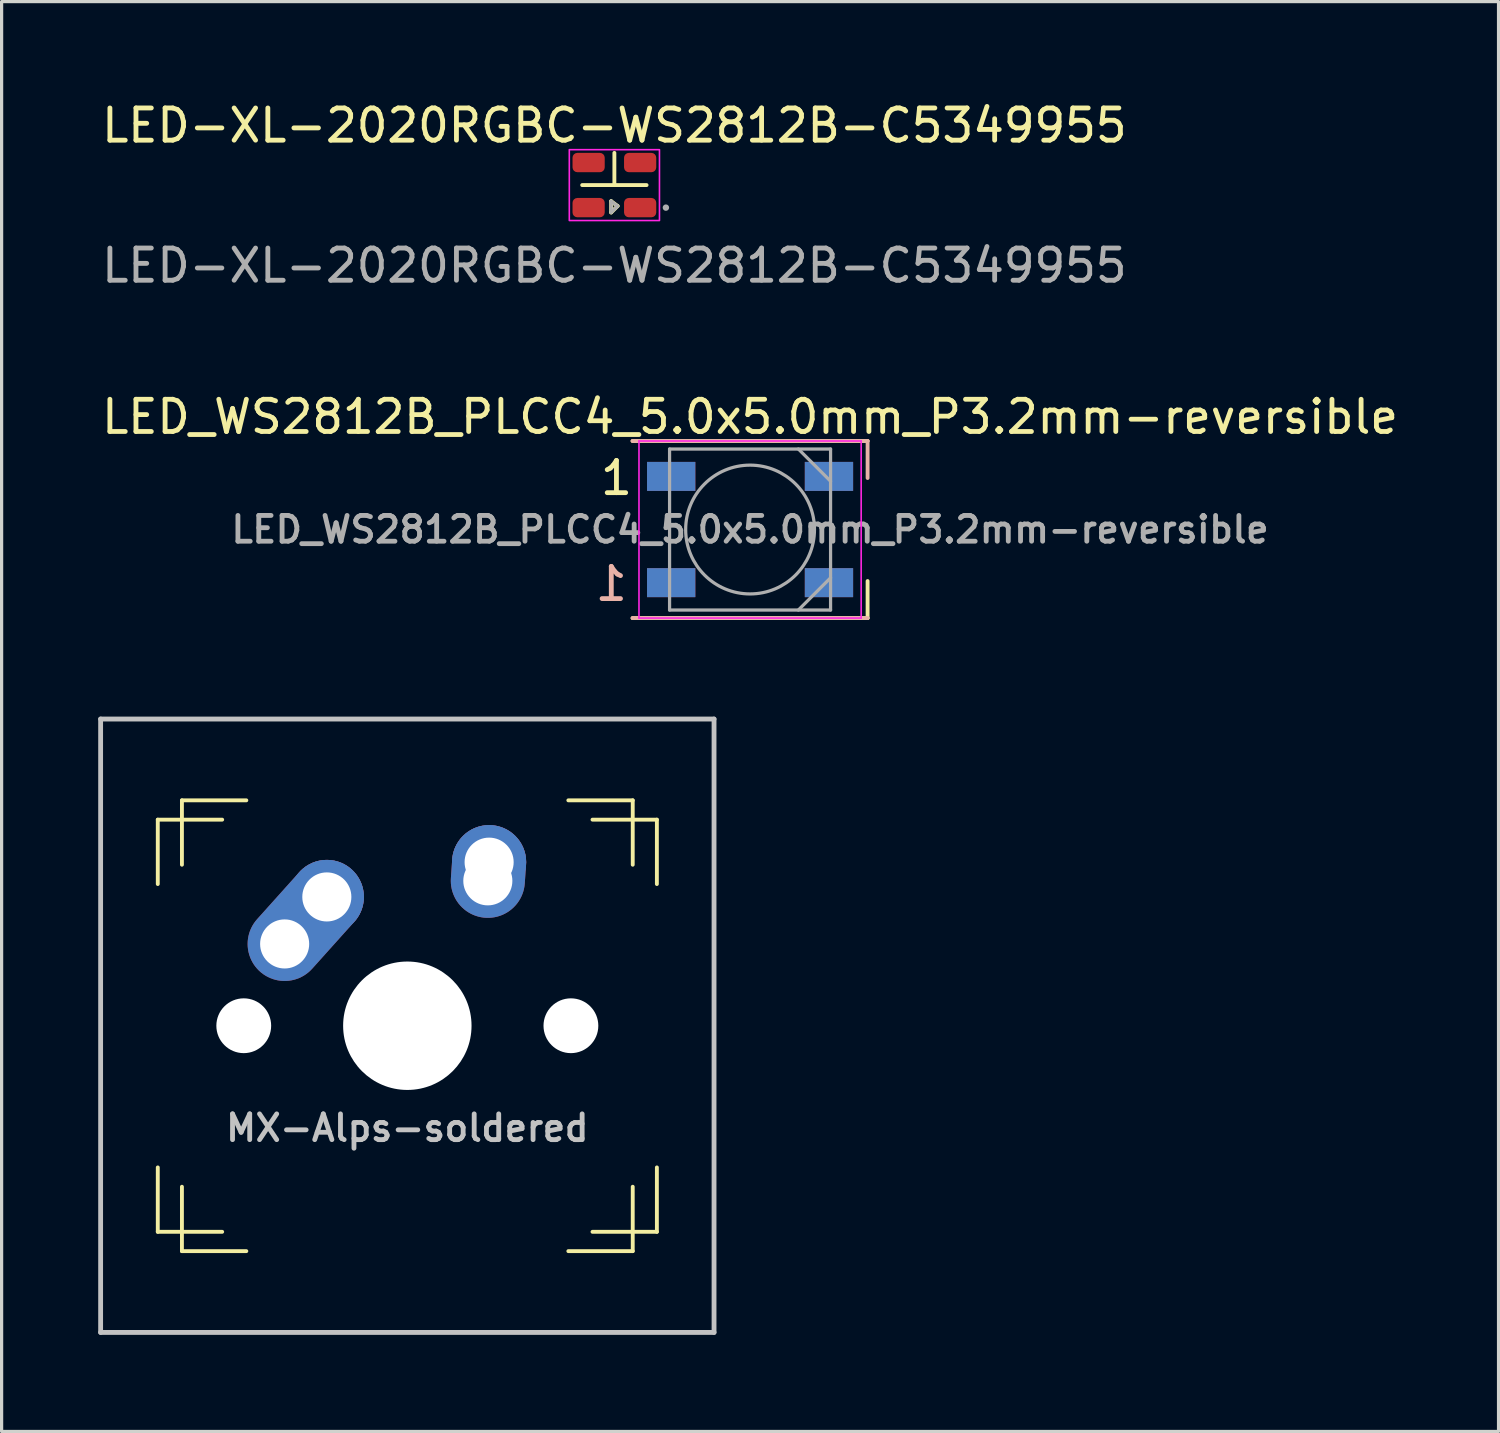
<source format=kicad_pcb>
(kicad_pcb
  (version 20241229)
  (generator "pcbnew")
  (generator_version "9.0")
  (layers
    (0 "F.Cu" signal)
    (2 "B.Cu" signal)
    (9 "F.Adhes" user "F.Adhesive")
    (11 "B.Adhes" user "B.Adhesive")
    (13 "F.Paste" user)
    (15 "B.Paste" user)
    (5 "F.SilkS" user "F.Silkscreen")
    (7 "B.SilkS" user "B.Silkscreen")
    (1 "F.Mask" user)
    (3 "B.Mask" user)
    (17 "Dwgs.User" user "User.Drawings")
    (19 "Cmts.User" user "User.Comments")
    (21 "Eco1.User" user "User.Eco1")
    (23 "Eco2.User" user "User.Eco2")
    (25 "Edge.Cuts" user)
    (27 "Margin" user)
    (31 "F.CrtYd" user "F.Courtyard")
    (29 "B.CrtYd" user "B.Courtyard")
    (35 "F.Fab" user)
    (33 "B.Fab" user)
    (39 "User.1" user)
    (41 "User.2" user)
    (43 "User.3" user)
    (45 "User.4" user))
  (footprint "MX-Alps-soldered"
    (layer "F.Cu")
    (at 9.6 28.805)
    (property "Reference" "MX-Alps-soldered" (at 0 3.175 0) (layer "Dwgs.User") (effects (font (size 0.8 0.8) (thickness 0.15))))
    (attr through_hole)
    (fp_line (start -7.75 -6.4) (end -7.75 -4.4) (stroke (width 0.12) (type solid)) (layer "F.SilkS"))
    (fp_line (start -7.75 -6.4) (end -5.75 -6.4) (stroke (width 0.12) (type solid)) (layer "F.SilkS"))
    (fp_line (start -7.75 6.4) (end -7.75 4.4) (stroke (width 0.12) (type solid)) (layer "F.SilkS"))
    (fp_line (start -7.75 6.4) (end -5.75 6.4) (stroke (width 0.12) (type solid)) (layer "F.SilkS"))
    (fp_line (start -7 -7) (end -7 -5) (stroke (width 0.12) (type solid)) (layer "F.SilkS"))
    (fp_line (start -7 -7) (end -5 -7) (stroke (width 0.12) (type solid)) (layer "F.SilkS"))
    (fp_line (start -7 7) (end -7 5) (stroke (width 0.12) (type solid)) (layer "F.SilkS"))
    (fp_line (start -7 7) (end -5 7) (stroke (width 0.12) (type solid)) (layer "F.SilkS"))
    (fp_line (start 7 -7) (end 5 -7) (stroke (width 0.12) (type solid)) (layer "F.SilkS"))
    (fp_line (start 7 -7) (end 7 -5) (stroke (width 0.12) (type solid)) (layer "F.SilkS"))
    (fp_line (start 7 7) (end 5 7) (stroke (width 0.12) (type solid)) (layer "F.SilkS"))
    (fp_line (start 7 7) (end 7 5) (stroke (width 0.12) (type solid)) (layer "F.SilkS"))
    (fp_line (start 7.75 -6.4) (end 5.75 -6.4) (stroke (width 0.12) (type solid)) (layer "F.SilkS"))
    (fp_line (start 7.75 -6.4) (end 7.75 -4.4) (stroke (width 0.12) (type solid)) (layer "F.SilkS"))
    (fp_line (start 7.75 6.4) (end 5.75 6.4) (stroke (width 0.12) (type solid)) (layer "F.SilkS"))
    (fp_line (start 7.75 6.4) (end 7.75 4.4) (stroke (width 0.12) (type solid)) (layer "F.SilkS"))
    (fp_line (start -9.525 9.525) (end -9.525 -9.525) (stroke (width 0.15) (type solid)) (layer "Dwgs.User"))
    (fp_line (start 9.525 -9.525) (end -9.525 -9.525) (stroke (width 0.15) (type solid)) (layer "Dwgs.User"))
    (fp_line (start 9.525 9.525) (end -9.525 9.525) (stroke (width 0.15) (type solid)) (layer "Dwgs.User"))
    (fp_line (start 9.525 9.525) (end 9.525 -9.525) (stroke (width 0.15) (type solid)) (layer "Dwgs.User"))
    (fp_line (start -7 -7) (end -7 7) (stroke (width 0.15) (type solid)) (layer "User.1"))
    (fp_line (start -7 7) (end 7 7) (stroke (width 0.15) (type solid)) (layer "User.1"))
    (fp_line (start 7 -7) (end -7 -7) (stroke (width 0.15) (type solid)) (layer "User.1"))
    (fp_line (start 7 -7) (end 7 7) (stroke (width 0.15) (type solid)) (layer "User.1"))
    (fp_line (start -7.75 -6.4) (end -7.75 6.4) (stroke (width 0.12) (type solid)) (layer "User.2"))
    (fp_line (start -7.75 -6.4) (end 7.75 -6.4) (stroke (width 0.12) (type solid)) (layer "User.2"))
    (fp_line (start -7.75 6.4) (end 7.75 6.4) (stroke (width 0.12) (type solid)) (layer "User.2"))
    (fp_line (start 7.75 6.4) (end 7.75 -6.4) (stroke (width 0.12) (type solid)) (layer "User.2"))
    (pad "" np_thru_hole circle (at -5.08 0 48.099) (size 1.702 1.702) (drill 1.702) (layers "*.Cu" "*.Mask"))
    (pad "" np_thru_hole circle (at 0 0) (size 3.988 3.988) (drill 3.988) (layers "*.Cu" "*.Mask"))
    (pad "" np_thru_hole circle (at 5.08 0 48.099) (size 1.702 1.702) (drill 1.702) (layers "*.Cu" "*.Mask"))
    (pad "1" thru_hole oval (at -3.81 -2.54 48.099) (size 4.262 2.3) (drill 1.524 (offset 0.981 0)) (layers "*.Cu" "B.Mask"))
    (pad "1" thru_hole circle (at -2.5 -4) (size 2.3 2.3) (drill 1.524) (layers "*.Cu" "B.Mask"))
    (pad "2" thru_hole oval (at 2.5 -4.5 86.054) (size 2.881 2.3) (drill 1.524 (offset 0.291 0)) (layers "*.Cu" "B.Mask"))
    (pad "2" thru_hole circle (at 2.54 -5.08) (size 2.3 2.3) (drill 1.524) (layers "*.Cu" "B.Mask")))
  (footprint "LED-XL-2020RGBC-WS2812B-C5349955"
    (layer "F.Cu")
    (at 16.03 2.698)
    (property "Reference" "LED-XL-2020RGBC-WS2812B-C5349955" (at 0 -1.85 0) (unlocked yes) (layer "F.SilkS") (effects (font (size 1 1) (thickness 0.15))))
    (attr smd)
    (fp_line (start -1 0) (end 1 0) (stroke (width 0.12) (type default)) (layer "F.SilkS"))
    (fp_line (start -0.1 0.5) (end -0.1 0.85) (stroke (width 0.12) (type default)) (layer "F.SilkS"))
    (fp_line (start -0.1 0.85) (end 0.1 0.65) (stroke (width 0.12) (type default)) (layer "F.SilkS"))
    (fp_line (start 0 0) (end 0 -1) (stroke (width 0.12) (type default)) (layer "F.SilkS"))
    (fp_line (start 0.1 0.65) (end -0.1 0.5) (stroke (width 0.12) (type default)) (layer "F.SilkS"))
    (fp_rect (start -1.4 -1.1) (end 1.4 1.1) (stroke (width 0.05) (type default)) (fill no) (layer "F.CrtYd"))
    (fp_line (start -0.1 0.5) (end -0.1 0.85) (stroke (width 0.1) (type default)) (layer "F.Fab"))
    (fp_line (start -0.1 0.85) (end 0.1 0.65) (stroke (width 0.1) (type default)) (layer "F.Fab"))
    (fp_line (start 0.1 0.65) (end -0.1 0.5) (stroke (width 0.1) (type default)) (layer "F.Fab"))
    (fp_circle (center 1.6 0.7) (end 1.65 0.7) (stroke (width 0.1) (type default)) (fill no) (layer "F.Fab"))
    (fp_text user "${REFERENCE}" (at 0 2.5 0) (unlocked yes) (layer "F.Fab") (effects (font (size 1 1) (thickness 0.15))))
    (pad "1" smd roundrect (at 0.8 0.7) (size 1 0.6) (layers "F.Cu" "F.Mask" "F.Paste") (roundrect_rratio 0.25))
    (pad "2" smd roundrect (at 0.8 -0.7) (size 1 0.6) (layers "F.Cu" "F.Mask" "F.Paste") (roundrect_rratio 0.25))
    (pad "3" smd roundrect (at -0.8 -0.7) (size 1 0.6) (layers "F.Cu" "F.Mask" "F.Paste") (roundrect_rratio 0.25))
    (pad "4" smd roundrect (at -0.8 0.7) (size 1 0.6) (layers "F.Cu" "F.Mask" "F.Paste") (roundrect_rratio 0.25)))
  (footprint "LED_WS2812B_PLCC4_5.0x5.0mm_P3.2mm-reversible"
    (layer "F.Cu")
    (at 20.244 13.395)
    (property "Reference" "LED_WS2812B_PLCC4_5.0x5.0mm_P3.2mm-reversible" (at 0 -3.5 0) (layer "F.SilkS") (effects (font (size 1 1) (thickness 0.15))))
    (attr smd)
    (fp_line (start -3.65 -2.75) (end 3.65 -2.75) (stroke (width 0.12) (type solid)) (layer "F.SilkS"))
    (fp_line (start -3.65 2.75) (end 3.65 2.75) (stroke (width 0.12) (type solid)) (layer "F.SilkS"))
    (fp_line (start 3.65 2.75) (end 3.65 1.6) (stroke (width 0.12) (type solid)) (layer "F.SilkS"))
    (fp_line (start -3.65 -2.75) (end 3.65 -2.75) (stroke (width 0.12) (type solid)) (layer "B.SilkS"))
    (fp_line (start 3.65 -2.75) (end 3.65 -1.6) (stroke (width 0.12) (type solid)) (layer "B.SilkS"))
    (fp_line (start 3.65 2.75) (end -3.65 2.75) (stroke (width 0.12) (type solid)) (layer "B.SilkS"))
    (fp_line (start -3.45 -2.75) (end -3.45 2.75) (stroke (width 0.05) (type solid)) (layer "F.CrtYd"))
    (fp_line (start -3.45 2.75) (end 3.45 2.75) (stroke (width 0.05) (type solid)) (layer "F.CrtYd"))
    (fp_line (start 3.45 -2.75) (end -3.45 -2.75) (stroke (width 0.05) (type solid)) (layer "F.CrtYd"))
    (fp_line (start 3.45 2.75) (end 3.45 -2.75) (stroke (width 0.05) (type solid)) (layer "F.CrtYd"))
    (fp_line (start -2.5 -2.5) (end -2.5 2.5) (stroke (width 0.1) (type solid)) (layer "F.Fab"))
    (fp_line (start -2.5 2.5) (end 2.5 2.5) (stroke (width 0.1) (type solid)) (layer "F.Fab"))
    (fp_line (start 1.5 -2.5) (end 2.5 -1.5) (stroke (width 0.1) (type solid)) (layer "F.Fab"))
    (fp_line (start 2.5 -2.5) (end -2.5 -2.5) (stroke (width 0.1) (type solid)) (layer "F.Fab"))
    (fp_line (start 2.5 1.5) (end 1.5 2.5) (stroke (width 0.1) (type solid)) (layer "F.Fab"))
    (fp_line (start 2.5 2.5) (end 2.5 -2.5) (stroke (width 0.1) (type solid)) (layer "F.Fab"))
    (fp_circle (center 0 0) (end 0 -2) (stroke (width 0.1) (type solid)) (fill no) (layer "F.Fab"))
    (fp_text user "1" (at -4.15 -1.6 0) (layer "F.SilkS") (effects (font (size 1 1) (thickness 0.15))))
    (fp_text user "1" (at -4.31 1.69 0) (layer "B.SilkS") (effects (font (size 1 1) (thickness 0.15)) (justify mirror)))
    (fp_text user "${REFERENCE}" (at 0 0 0) (layer "F.Fab") (effects (font (size 0.8 0.8) (thickness 0.15))))
    (pad "1" smd rect (at -2.45 -1.65) (size 1.5 0.9) (layers "F.Cu" "F.Mask" "F.Paste"))
    (pad "1" smd rect (at -2.45 1.65) (size 1.5 0.9) (layers "B.Cu" "B.Mask" "B.Paste"))
    (pad "2" smd rect (at -2.45 -1.65) (size 1.5 0.9) (layers "B.Cu" "B.Mask" "B.Paste"))
    (pad "2" smd rect (at -2.45 1.65) (size 1.5 0.9) (layers "F.Cu" "F.Mask" "F.Paste"))
    (pad "3" smd rect (at 2.45 -1.65) (size 1.5 0.9) (layers "B.Cu" "B.Mask" "B.Paste"))
    (pad "3" smd rect (at 2.45 1.65) (size 1.5 0.9) (layers "F.Cu" "F.Mask" "F.Paste"))
    (pad "4" smd rect (at 2.45 -1.65) (size 1.5 0.9) (layers "F.Cu" "F.Mask" "F.Paste"))
    (pad "4" smd rect (at 2.45 1.65) (size 1.5 0.9) (layers "B.Cu" "B.Mask" "B.Paste")))
  (gr_rect
    (start -3 -3)
    (end 43.488 41.405)
    (stroke (width 0.1) (type default))
    (fill no)
    (layer "Edge.Cuts")))
</source>
